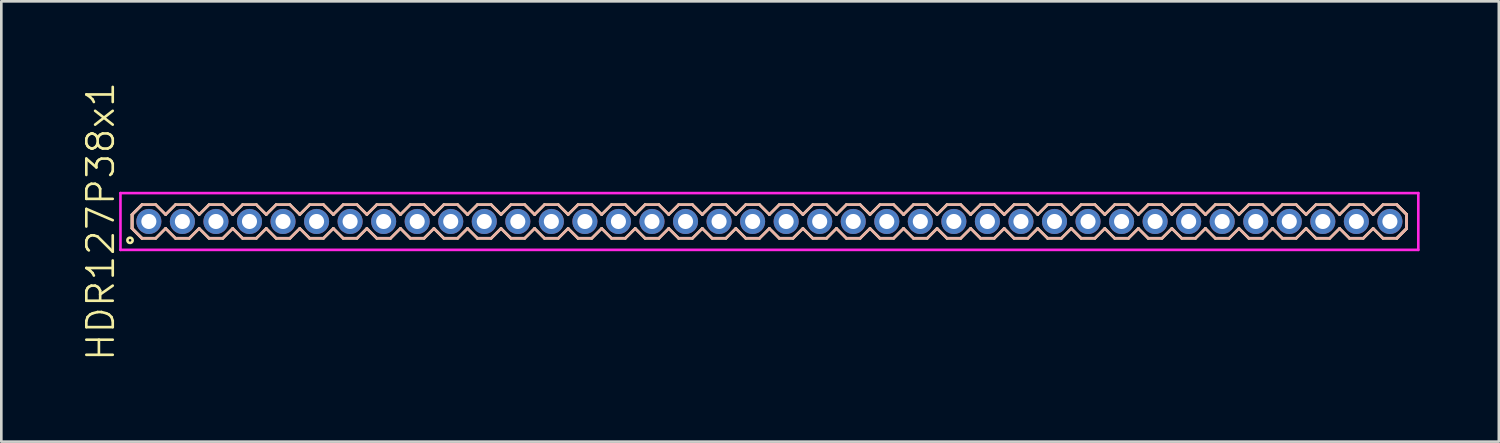
<source format=kicad_pcb>
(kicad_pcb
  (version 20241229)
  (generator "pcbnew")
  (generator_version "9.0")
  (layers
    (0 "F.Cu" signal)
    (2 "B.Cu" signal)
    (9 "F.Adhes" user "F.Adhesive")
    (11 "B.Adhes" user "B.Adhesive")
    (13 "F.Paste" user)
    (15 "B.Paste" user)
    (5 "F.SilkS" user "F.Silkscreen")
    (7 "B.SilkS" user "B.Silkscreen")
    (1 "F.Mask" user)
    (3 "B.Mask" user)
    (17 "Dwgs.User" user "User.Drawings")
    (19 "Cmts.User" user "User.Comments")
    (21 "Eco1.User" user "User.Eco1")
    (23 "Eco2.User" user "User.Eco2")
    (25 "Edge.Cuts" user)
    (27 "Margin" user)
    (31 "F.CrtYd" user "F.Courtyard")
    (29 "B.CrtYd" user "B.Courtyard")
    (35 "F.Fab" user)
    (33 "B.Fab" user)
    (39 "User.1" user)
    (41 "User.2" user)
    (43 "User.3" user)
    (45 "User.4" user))
  (footprint "HDR127P38x1"
    (layer "F.Cu")
    (at 26.081 5.336)
    (property "Reference" "HDR127P38x1" (at -25.32 0 90) (layer "F.SilkS") (effects (font (size 1 1) (thickness 0.1))))
    (attr through_hole)
    (fp_line (start -24.13 -0.263) (end -23.758 -0.635) (stroke (width 0.1) (type solid)) (layer "F.SilkS"))
    (fp_line (start -24.13 -0.263) (end -23.758 -0.635) (stroke (width 0.1) (type solid)) (layer "F.SilkS"))
    (fp_line (start -24.13 0.263) (end -24.13 -0.263) (stroke (width 0.1) (type solid)) (layer "F.SilkS"))
    (fp_line (start -24.13 0.263) (end -24.13 -0.263) (stroke (width 0.1) (type solid)) (layer "F.SilkS"))
    (fp_line (start -23.758 -0.635) (end -23.232 -0.635) (stroke (width 0.1) (type solid)) (layer "F.SilkS"))
    (fp_line (start -23.758 0.635) (end -24.13 0.263) (stroke (width 0.1) (type solid)) (layer "F.SilkS"))
    (fp_line (start -23.758 0.635) (end -24.13 0.263) (stroke (width 0.1) (type solid)) (layer "F.SilkS"))
    (fp_line (start -23.232 -0.635) (end -22.86 -0.263) (stroke (width 0.1) (type solid)) (layer "F.SilkS"))
    (fp_line (start -23.232 0.635) (end -23.758 0.635) (stroke (width 0.1) (type solid)) (layer "F.SilkS"))
    (fp_line (start -22.86 -0.263) (end -22.488 -0.635) (stroke (width 0.1) (type solid)) (layer "F.SilkS"))
    (fp_line (start -22.86 0.263) (end -23.232 0.635) (stroke (width 0.1) (type solid)) (layer "F.SilkS"))
    (fp_line (start -22.488 -0.635) (end -21.962 -0.635) (stroke (width 0.1) (type solid)) (layer "F.SilkS"))
    (fp_line (start -22.488 0.635) (end -22.86 0.263) (stroke (width 0.1) (type solid)) (layer "F.SilkS"))
    (fp_line (start -21.962 -0.635) (end -21.59 -0.263) (stroke (width 0.1) (type solid)) (layer "F.SilkS"))
    (fp_line (start -21.962 0.635) (end -22.488 0.635) (stroke (width 0.1) (type solid)) (layer "F.SilkS"))
    (fp_line (start -21.59 -0.263) (end -21.218 -0.635) (stroke (width 0.1) (type solid)) (layer "F.SilkS"))
    (fp_line (start -21.59 0.263) (end -21.962 0.635) (stroke (width 0.1) (type solid)) (layer "F.SilkS"))
    (fp_line (start -21.218 -0.635) (end -20.692 -0.635) (stroke (width 0.1) (type solid)) (layer "F.SilkS"))
    (fp_line (start -21.218 0.635) (end -21.59 0.263) (stroke (width 0.1) (type solid)) (layer "F.SilkS"))
    (fp_line (start -20.692 -0.635) (end -20.32 -0.263) (stroke (width 0.1) (type solid)) (layer "F.SilkS"))
    (fp_line (start -20.692 0.635) (end -21.218 0.635) (stroke (width 0.1) (type solid)) (layer "F.SilkS"))
    (fp_line (start -20.32 -0.263) (end -19.948 -0.635) (stroke (width 0.1) (type solid)) (layer "F.SilkS"))
    (fp_line (start -20.32 0.263) (end -20.692 0.635) (stroke (width 0.1) (type solid)) (layer "F.SilkS"))
    (fp_line (start -19.948 -0.635) (end -19.422 -0.635) (stroke (width 0.1) (type solid)) (layer "F.SilkS"))
    (fp_line (start -19.948 0.635) (end -20.32 0.263) (stroke (width 0.1) (type solid)) (layer "F.SilkS"))
    (fp_line (start -19.422 -0.635) (end -19.05 -0.263) (stroke (width 0.1) (type solid)) (layer "F.SilkS"))
    (fp_line (start -19.422 0.635) (end -19.948 0.635) (stroke (width 0.1) (type solid)) (layer "F.SilkS"))
    (fp_line (start -19.05 -0.263) (end -18.678 -0.635) (stroke (width 0.1) (type solid)) (layer "F.SilkS"))
    (fp_line (start -19.05 0.263) (end -19.422 0.635) (stroke (width 0.1) (type solid)) (layer "F.SilkS"))
    (fp_line (start -18.678 -0.635) (end -18.152 -0.635) (stroke (width 0.1) (type solid)) (layer "F.SilkS"))
    (fp_line (start -18.678 0.635) (end -19.05 0.263) (stroke (width 0.1) (type solid)) (layer "F.SilkS"))
    (fp_line (start -18.152 -0.635) (end -17.78 -0.263) (stroke (width 0.1) (type solid)) (layer "F.SilkS"))
    (fp_line (start -18.152 0.635) (end -18.678 0.635) (stroke (width 0.1) (type solid)) (layer "F.SilkS"))
    (fp_line (start -17.78 -0.263) (end -17.408 -0.635) (stroke (width 0.1) (type solid)) (layer "F.SilkS"))
    (fp_line (start -17.78 0.263) (end -18.152 0.635) (stroke (width 0.1) (type solid)) (layer "F.SilkS"))
    (fp_line (start -17.408 -0.635) (end -16.882 -0.635) (stroke (width 0.1) (type solid)) (layer "F.SilkS"))
    (fp_line (start -17.408 0.635) (end -17.78 0.263) (stroke (width 0.1) (type solid)) (layer "F.SilkS"))
    (fp_line (start -16.882 -0.635) (end -16.51 -0.263) (stroke (width 0.1) (type solid)) (layer "F.SilkS"))
    (fp_line (start -16.882 0.635) (end -17.408 0.635) (stroke (width 0.1) (type solid)) (layer "F.SilkS"))
    (fp_line (start -16.51 -0.263) (end -16.138 -0.635) (stroke (width 0.1) (type solid)) (layer "F.SilkS"))
    (fp_line (start -16.51 0.263) (end -16.882 0.635) (stroke (width 0.1) (type solid)) (layer "F.SilkS"))
    (fp_line (start -16.138 -0.635) (end -15.612 -0.635) (stroke (width 0.1) (type solid)) (layer "F.SilkS"))
    (fp_line (start -16.138 0.635) (end -16.51 0.263) (stroke (width 0.1) (type solid)) (layer "F.SilkS"))
    (fp_line (start -15.612 -0.635) (end -15.24 -0.263) (stroke (width 0.1) (type solid)) (layer "F.SilkS"))
    (fp_line (start -15.612 0.635) (end -16.138 0.635) (stroke (width 0.1) (type solid)) (layer "F.SilkS"))
    (fp_line (start -15.24 -0.263) (end -14.868 -0.635) (stroke (width 0.1) (type solid)) (layer "F.SilkS"))
    (fp_line (start -15.24 0.263) (end -15.612 0.635) (stroke (width 0.1) (type solid)) (layer "F.SilkS"))
    (fp_line (start -14.868 -0.635) (end -14.342 -0.635) (stroke (width 0.1) (type solid)) (layer "F.SilkS"))
    (fp_line (start -14.868 0.635) (end -15.24 0.263) (stroke (width 0.1) (type solid)) (layer "F.SilkS"))
    (fp_line (start -14.342 -0.635) (end -13.97 -0.263) (stroke (width 0.1) (type solid)) (layer "F.SilkS"))
    (fp_line (start -14.342 0.635) (end -14.868 0.635) (stroke (width 0.1) (type solid)) (layer "F.SilkS"))
    (fp_line (start -13.97 -0.263) (end -13.598 -0.635) (stroke (width 0.1) (type solid)) (layer "F.SilkS"))
    (fp_line (start -13.97 0.263) (end -14.342 0.635) (stroke (width 0.1) (type solid)) (layer "F.SilkS"))
    (fp_line (start -13.598 -0.635) (end -13.072 -0.635) (stroke (width 0.1) (type solid)) (layer "F.SilkS"))
    (fp_line (start -13.598 0.635) (end -13.97 0.263) (stroke (width 0.1) (type solid)) (layer "F.SilkS"))
    (fp_line (start -13.072 -0.635) (end -12.7 -0.263) (stroke (width 0.1) (type solid)) (layer "F.SilkS"))
    (fp_line (start -13.072 0.635) (end -13.598 0.635) (stroke (width 0.1) (type solid)) (layer "F.SilkS"))
    (fp_line (start -12.7 -0.263) (end -12.328 -0.635) (stroke (width 0.1) (type solid)) (layer "F.SilkS"))
    (fp_line (start -12.7 0.263) (end -13.072 0.635) (stroke (width 0.1) (type solid)) (layer "F.SilkS"))
    (fp_line (start -12.328 -0.635) (end -11.802 -0.635) (stroke (width 0.1) (type solid)) (layer "F.SilkS"))
    (fp_line (start -12.328 0.635) (end -12.7 0.263) (stroke (width 0.1) (type solid)) (layer "F.SilkS"))
    (fp_line (start -11.802 -0.635) (end -11.43 -0.263) (stroke (width 0.1) (type solid)) (layer "F.SilkS"))
    (fp_line (start -11.802 0.635) (end -12.328 0.635) (stroke (width 0.1) (type solid)) (layer "F.SilkS"))
    (fp_line (start -11.43 -0.263) (end -11.058 -0.635) (stroke (width 0.1) (type solid)) (layer "F.SilkS"))
    (fp_line (start -11.43 0.263) (end -11.802 0.635) (stroke (width 0.1) (type solid)) (layer "F.SilkS"))
    (fp_line (start -11.058 -0.635) (end -10.532 -0.635) (stroke (width 0.1) (type solid)) (layer "F.SilkS"))
    (fp_line (start -11.058 0.635) (end -11.43 0.263) (stroke (width 0.1) (type solid)) (layer "F.SilkS"))
    (fp_line (start -10.532 -0.635) (end -10.16 -0.263) (stroke (width 0.1) (type solid)) (layer "F.SilkS"))
    (fp_line (start -10.532 0.635) (end -11.058 0.635) (stroke (width 0.1) (type solid)) (layer "F.SilkS"))
    (fp_line (start -10.16 -0.263) (end -9.788 -0.635) (stroke (width 0.1) (type solid)) (layer "F.SilkS"))
    (fp_line (start -10.16 0.263) (end -10.532 0.635) (stroke (width 0.1) (type solid)) (layer "F.SilkS"))
    (fp_line (start -9.788 -0.635) (end -9.262 -0.635) (stroke (width 0.1) (type solid)) (layer "F.SilkS"))
    (fp_line (start -9.788 0.635) (end -10.16 0.263) (stroke (width 0.1) (type solid)) (layer "F.SilkS"))
    (fp_line (start -9.262 -0.635) (end -8.89 -0.263) (stroke (width 0.1) (type solid)) (layer "F.SilkS"))
    (fp_line (start -9.262 0.635) (end -9.788 0.635) (stroke (width 0.1) (type solid)) (layer "F.SilkS"))
    (fp_line (start -8.89 -0.263) (end -8.518 -0.635) (stroke (width 0.1) (type solid)) (layer "F.SilkS"))
    (fp_line (start -8.89 0.263) (end -9.262 0.635) (stroke (width 0.1) (type solid)) (layer "F.SilkS"))
    (fp_line (start -8.518 -0.635) (end -7.992 -0.635) (stroke (width 0.1) (type solid)) (layer "F.SilkS"))
    (fp_line (start -8.518 0.635) (end -8.89 0.263) (stroke (width 0.1) (type solid)) (layer "F.SilkS"))
    (fp_line (start -7.992 -0.635) (end -7.62 -0.263) (stroke (width 0.1) (type solid)) (layer "F.SilkS"))
    (fp_line (start -7.992 0.635) (end -8.518 0.635) (stroke (width 0.1) (type solid)) (layer "F.SilkS"))
    (fp_line (start -7.62 -0.263) (end -7.248 -0.635) (stroke (width 0.1) (type solid)) (layer "F.SilkS"))
    (fp_line (start -7.62 0.263) (end -7.992 0.635) (stroke (width 0.1) (type solid)) (layer "F.SilkS"))
    (fp_line (start -7.248 -0.635) (end -6.722 -0.635) (stroke (width 0.1) (type solid)) (layer "F.SilkS"))
    (fp_line (start -7.248 0.635) (end -7.62 0.263) (stroke (width 0.1) (type solid)) (layer "F.SilkS"))
    (fp_line (start -6.722 -0.635) (end -6.35 -0.263) (stroke (width 0.1) (type solid)) (layer "F.SilkS"))
    (fp_line (start -6.722 0.635) (end -7.248 0.635) (stroke (width 0.1) (type solid)) (layer "F.SilkS"))
    (fp_line (start -6.35 -0.263) (end -5.978 -0.635) (stroke (width 0.1) (type solid)) (layer "F.SilkS"))
    (fp_line (start -6.35 0.263) (end -6.722 0.635) (stroke (width 0.1) (type solid)) (layer "F.SilkS"))
    (fp_line (start -5.978 -0.635) (end -5.452 -0.635) (stroke (width 0.1) (type solid)) (layer "F.SilkS"))
    (fp_line (start -5.978 0.635) (end -6.35 0.263) (stroke (width 0.1) (type solid)) (layer "F.SilkS"))
    (fp_line (start -5.452 -0.635) (end -5.08 -0.263) (stroke (width 0.1) (type solid)) (layer "F.SilkS"))
    (fp_line (start -5.452 0.635) (end -5.978 0.635) (stroke (width 0.1) (type solid)) (layer "F.SilkS"))
    (fp_line (start -5.08 -0.263) (end -4.708 -0.635) (stroke (width 0.1) (type solid)) (layer "F.SilkS"))
    (fp_line (start -5.08 0.263) (end -5.452 0.635) (stroke (width 0.1) (type solid)) (layer "F.SilkS"))
    (fp_line (start -4.708 -0.635) (end -4.182 -0.635) (stroke (width 0.1) (type solid)) (layer "F.SilkS"))
    (fp_line (start -4.708 0.635) (end -5.08 0.263) (stroke (width 0.1) (type solid)) (layer "F.SilkS"))
    (fp_line (start -4.182 -0.635) (end -3.81 -0.263) (stroke (width 0.1) (type solid)) (layer "F.SilkS"))
    (fp_line (start -4.182 0.635) (end -4.708 0.635) (stroke (width 0.1) (type solid)) (layer "F.SilkS"))
    (fp_line (start -3.81 -0.263) (end -3.438 -0.635) (stroke (width 0.1) (type solid)) (layer "F.SilkS"))
    (fp_line (start -3.81 0.263) (end -4.182 0.635) (stroke (width 0.1) (type solid)) (layer "F.SilkS"))
    (fp_line (start -3.438 -0.635) (end -2.912 -0.635) (stroke (width 0.1) (type solid)) (layer "F.SilkS"))
    (fp_line (start -3.438 0.635) (end -3.81 0.263) (stroke (width 0.1) (type solid)) (layer "F.SilkS"))
    (fp_line (start -2.912 -0.635) (end -2.54 -0.263) (stroke (width 0.1) (type solid)) (layer "F.SilkS"))
    (fp_line (start -2.912 0.635) (end -3.438 0.635) (stroke (width 0.1) (type solid)) (layer "F.SilkS"))
    (fp_line (start -2.54 -0.263) (end -2.168 -0.635) (stroke (width 0.1) (type solid)) (layer "F.SilkS"))
    (fp_line (start -2.54 0.263) (end -2.912 0.635) (stroke (width 0.1) (type solid)) (layer "F.SilkS"))
    (fp_line (start -2.168 -0.635) (end -1.642 -0.635) (stroke (width 0.1) (type solid)) (layer "F.SilkS"))
    (fp_line (start -2.168 0.635) (end -2.54 0.263) (stroke (width 0.1) (type solid)) (layer "F.SilkS"))
    (fp_line (start -1.642 -0.635) (end -1.27 -0.263) (stroke (width 0.1) (type solid)) (layer "F.SilkS"))
    (fp_line (start -1.642 0.635) (end -2.168 0.635) (stroke (width 0.1) (type solid)) (layer "F.SilkS"))
    (fp_line (start -1.27 -0.263) (end -0.898 -0.635) (stroke (width 0.1) (type solid)) (layer "F.SilkS"))
    (fp_line (start -1.27 0.263) (end -1.642 0.635) (stroke (width 0.1) (type solid)) (layer "F.SilkS"))
    (fp_line (start -0.898 -0.635) (end -0.372 -0.635) (stroke (width 0.1) (type solid)) (layer "F.SilkS"))
    (fp_line (start -0.898 0.635) (end -1.27 0.263) (stroke (width 0.1) (type solid)) (layer "F.SilkS"))
    (fp_line (start -0.372 -0.635) (end 0 -0.263) (stroke (width 0.1) (type solid)) (layer "F.SilkS"))
    (fp_line (start -0.372 0.635) (end -0.898 0.635) (stroke (width 0.1) (type solid)) (layer "F.SilkS"))
    (fp_line (start 0 -0.263) (end 0.372 -0.635) (stroke (width 0.1) (type solid)) (layer "F.SilkS"))
    (fp_line (start 0 0.263) (end -0.372 0.635) (stroke (width 0.1) (type solid)) (layer "F.SilkS"))
    (fp_line (start 0.372 -0.635) (end 0.898 -0.635) (stroke (width 0.1) (type solid)) (layer "F.SilkS"))
    (fp_line (start 0.372 0.635) (end 0 0.263) (stroke (width 0.1) (type solid)) (layer "F.SilkS"))
    (fp_line (start 0.898 -0.635) (end 1.27 -0.263) (stroke (width 0.1) (type solid)) (layer "F.SilkS"))
    (fp_line (start 0.898 0.635) (end 0.372 0.635) (stroke (width 0.1) (type solid)) (layer "F.SilkS"))
    (fp_line (start 1.27 -0.263) (end 1.642 -0.635) (stroke (width 0.1) (type solid)) (layer "F.SilkS"))
    (fp_line (start 1.27 0.263) (end 0.898 0.635) (stroke (width 0.1) (type solid)) (layer "F.SilkS"))
    (fp_line (start 1.642 -0.635) (end 2.168 -0.635) (stroke (width 0.1) (type solid)) (layer "F.SilkS"))
    (fp_line (start 1.642 0.635) (end 1.27 0.263) (stroke (width 0.1) (type solid)) (layer "F.SilkS"))
    (fp_line (start 2.168 -0.635) (end 2.54 -0.263) (stroke (width 0.1) (type solid)) (layer "F.SilkS"))
    (fp_line (start 2.168 0.635) (end 1.642 0.635) (stroke (width 0.1) (type solid)) (layer "F.SilkS"))
    (fp_line (start 2.54 -0.263) (end 2.912 -0.635) (stroke (width 0.1) (type solid)) (layer "F.SilkS"))
    (fp_line (start 2.54 0.263) (end 2.168 0.635) (stroke (width 0.1) (type solid)) (layer "F.SilkS"))
    (fp_line (start 2.912 -0.635) (end 3.438 -0.635) (stroke (width 0.1) (type solid)) (layer "F.SilkS"))
    (fp_line (start 2.912 0.635) (end 2.54 0.263) (stroke (width 0.1) (type solid)) (layer "F.SilkS"))
    (fp_line (start 3.438 -0.635) (end 3.81 -0.263) (stroke (width 0.1) (type solid)) (layer "F.SilkS"))
    (fp_line (start 3.438 0.635) (end 2.912 0.635) (stroke (width 0.1) (type solid)) (layer "F.SilkS"))
    (fp_line (start 3.81 -0.263) (end 4.182 -0.635) (stroke (width 0.1) (type solid)) (layer "F.SilkS"))
    (fp_line (start 3.81 0.263) (end 3.438 0.635) (stroke (width 0.1) (type solid)) (layer "F.SilkS"))
    (fp_line (start 4.182 -0.635) (end 4.708 -0.635) (stroke (width 0.1) (type solid)) (layer "F.SilkS"))
    (fp_line (start 4.182 0.635) (end 3.81 0.263) (stroke (width 0.1) (type solid)) (layer "F.SilkS"))
    (fp_line (start 4.708 -0.635) (end 5.08 -0.263) (stroke (width 0.1) (type solid)) (layer "F.SilkS"))
    (fp_line (start 4.708 0.635) (end 4.182 0.635) (stroke (width 0.1) (type solid)) (layer "F.SilkS"))
    (fp_line (start 5.08 -0.263) (end 5.452 -0.635) (stroke (width 0.1) (type solid)) (layer "F.SilkS"))
    (fp_line (start 5.08 0.263) (end 4.708 0.635) (stroke (width 0.1) (type solid)) (layer "F.SilkS"))
    (fp_line (start 5.452 -0.635) (end 5.978 -0.635) (stroke (width 0.1) (type solid)) (layer "F.SilkS"))
    (fp_line (start 5.452 0.635) (end 5.08 0.263) (stroke (width 0.1) (type solid)) (layer "F.SilkS"))
    (fp_line (start 5.978 -0.635) (end 6.35 -0.263) (stroke (width 0.1) (type solid)) (layer "F.SilkS"))
    (fp_line (start 5.978 0.635) (end 5.452 0.635) (stroke (width 0.1) (type solid)) (layer "F.SilkS"))
    (fp_line (start 6.35 -0.263) (end 6.722 -0.635) (stroke (width 0.1) (type solid)) (layer "F.SilkS"))
    (fp_line (start 6.35 0.263) (end 5.978 0.635) (stroke (width 0.1) (type solid)) (layer "F.SilkS"))
    (fp_line (start 6.722 -0.635) (end 7.248 -0.635) (stroke (width 0.1) (type solid)) (layer "F.SilkS"))
    (fp_line (start 6.722 0.635) (end 6.35 0.263) (stroke (width 0.1) (type solid)) (layer "F.SilkS"))
    (fp_line (start 7.248 -0.635) (end 7.62 -0.263) (stroke (width 0.1) (type solid)) (layer "F.SilkS"))
    (fp_line (start 7.248 0.635) (end 6.722 0.635) (stroke (width 0.1) (type solid)) (layer "F.SilkS"))
    (fp_line (start 7.62 -0.263) (end 7.992 -0.635) (stroke (width 0.1) (type solid)) (layer "F.SilkS"))
    (fp_line (start 7.62 0.263) (end 7.248 0.635) (stroke (width 0.1) (type solid)) (layer "F.SilkS"))
    (fp_line (start 7.992 -0.635) (end 8.518 -0.635) (stroke (width 0.1) (type solid)) (layer "F.SilkS"))
    (fp_line (start 7.992 0.635) (end 7.62 0.263) (stroke (width 0.1) (type solid)) (layer "F.SilkS"))
    (fp_line (start 8.518 -0.635) (end 8.89 -0.263) (stroke (width 0.1) (type solid)) (layer "F.SilkS"))
    (fp_line (start 8.518 0.635) (end 7.992 0.635) (stroke (width 0.1) (type solid)) (layer "F.SilkS"))
    (fp_line (start 8.89 -0.263) (end 9.262 -0.635) (stroke (width 0.1) (type solid)) (layer "F.SilkS"))
    (fp_line (start 8.89 0.263) (end 8.518 0.635) (stroke (width 0.1) (type solid)) (layer "F.SilkS"))
    (fp_line (start 9.262 -0.635) (end 9.788 -0.635) (stroke (width 0.1) (type solid)) (layer "F.SilkS"))
    (fp_line (start 9.262 0.635) (end 8.89 0.263) (stroke (width 0.1) (type solid)) (layer "F.SilkS"))
    (fp_line (start 9.788 -0.635) (end 10.16 -0.263) (stroke (width 0.1) (type solid)) (layer "F.SilkS"))
    (fp_line (start 9.788 0.635) (end 9.262 0.635) (stroke (width 0.1) (type solid)) (layer "F.SilkS"))
    (fp_line (start 10.16 -0.263) (end 10.532 -0.635) (stroke (width 0.1) (type solid)) (layer "F.SilkS"))
    (fp_line (start 10.16 0.263) (end 9.788 0.635) (stroke (width 0.1) (type solid)) (layer "F.SilkS"))
    (fp_line (start 10.532 -0.635) (end 11.058 -0.635) (stroke (width 0.1) (type solid)) (layer "F.SilkS"))
    (fp_line (start 10.532 0.635) (end 10.16 0.263) (stroke (width 0.1) (type solid)) (layer "F.SilkS"))
    (fp_line (start 11.058 -0.635) (end 11.43 -0.263) (stroke (width 0.1) (type solid)) (layer "F.SilkS"))
    (fp_line (start 11.058 0.635) (end 10.532 0.635) (stroke (width 0.1) (type solid)) (layer "F.SilkS"))
    (fp_line (start 11.43 -0.263) (end 11.802 -0.635) (stroke (width 0.1) (type solid)) (layer "F.SilkS"))
    (fp_line (start 11.43 0.263) (end 11.058 0.635) (stroke (width 0.1) (type solid)) (layer "F.SilkS"))
    (fp_line (start 11.802 -0.635) (end 12.328 -0.635) (stroke (width 0.1) (type solid)) (layer "F.SilkS"))
    (fp_line (start 11.802 0.635) (end 11.43 0.263) (stroke (width 0.1) (type solid)) (layer "F.SilkS"))
    (fp_line (start 12.328 -0.635) (end 12.7 -0.263) (stroke (width 0.1) (type solid)) (layer "F.SilkS"))
    (fp_line (start 12.328 0.635) (end 11.802 0.635) (stroke (width 0.1) (type solid)) (layer "F.SilkS"))
    (fp_line (start 12.7 -0.263) (end 13.072 -0.635) (stroke (width 0.1) (type solid)) (layer "F.SilkS"))
    (fp_line (start 12.7 0.263) (end 12.328 0.635) (stroke (width 0.1) (type solid)) (layer "F.SilkS"))
    (fp_line (start 13.072 -0.635) (end 13.598 -0.635) (stroke (width 0.1) (type solid)) (layer "F.SilkS"))
    (fp_line (start 13.072 0.635) (end 12.7 0.263) (stroke (width 0.1) (type solid)) (layer "F.SilkS"))
    (fp_line (start 13.598 -0.635) (end 13.97 -0.263) (stroke (width 0.1) (type solid)) (layer "F.SilkS"))
    (fp_line (start 13.598 0.635) (end 13.072 0.635) (stroke (width 0.1) (type solid)) (layer "F.SilkS"))
    (fp_line (start 13.97 -0.263) (end 14.342 -0.635) (stroke (width 0.1) (type solid)) (layer "F.SilkS"))
    (fp_line (start 13.97 0.263) (end 13.598 0.635) (stroke (width 0.1) (type solid)) (layer "F.SilkS"))
    (fp_line (start 14.342 -0.635) (end 14.868 -0.635) (stroke (width 0.1) (type solid)) (layer "F.SilkS"))
    (fp_line (start 14.342 0.635) (end 13.97 0.263) (stroke (width 0.1) (type solid)) (layer "F.SilkS"))
    (fp_line (start 14.868 -0.635) (end 15.24 -0.263) (stroke (width 0.1) (type solid)) (layer "F.SilkS"))
    (fp_line (start 14.868 0.635) (end 14.342 0.635) (stroke (width 0.1) (type solid)) (layer "F.SilkS"))
    (fp_line (start 15.24 -0.263) (end 15.612 -0.635) (stroke (width 0.1) (type solid)) (layer "F.SilkS"))
    (fp_line (start 15.24 0.263) (end 14.868 0.635) (stroke (width 0.1) (type solid)) (layer "F.SilkS"))
    (fp_line (start 15.612 -0.635) (end 16.138 -0.635) (stroke (width 0.1) (type solid)) (layer "F.SilkS"))
    (fp_line (start 15.612 0.635) (end 15.24 0.263) (stroke (width 0.1) (type solid)) (layer "F.SilkS"))
    (fp_line (start 16.138 -0.635) (end 16.51 -0.263) (stroke (width 0.1) (type solid)) (layer "F.SilkS"))
    (fp_line (start 16.138 0.635) (end 15.612 0.635) (stroke (width 0.1) (type solid)) (layer "F.SilkS"))
    (fp_line (start 16.51 -0.263) (end 16.882 -0.635) (stroke (width 0.1) (type solid)) (layer "F.SilkS"))
    (fp_line (start 16.51 0.263) (end 16.138 0.635) (stroke (width 0.1) (type solid)) (layer "F.SilkS"))
    (fp_line (start 16.882 -0.635) (end 17.408 -0.635) (stroke (width 0.1) (type solid)) (layer "F.SilkS"))
    (fp_line (start 16.882 0.635) (end 16.51 0.263) (stroke (width 0.1) (type solid)) (layer "F.SilkS"))
    (fp_line (start 17.408 -0.635) (end 17.78 -0.263) (stroke (width 0.1) (type solid)) (layer "F.SilkS"))
    (fp_line (start 17.408 0.635) (end 16.882 0.635) (stroke (width 0.1) (type solid)) (layer "F.SilkS"))
    (fp_line (start 17.78 -0.263) (end 18.152 -0.635) (stroke (width 0.1) (type solid)) (layer "F.SilkS"))
    (fp_line (start 17.78 0.263) (end 17.408 0.635) (stroke (width 0.1) (type solid)) (layer "F.SilkS"))
    (fp_line (start 18.152 -0.635) (end 18.678 -0.635) (stroke (width 0.1) (type solid)) (layer "F.SilkS"))
    (fp_line (start 18.152 0.635) (end 17.78 0.263) (stroke (width 0.1) (type solid)) (layer "F.SilkS"))
    (fp_line (start 18.678 -0.635) (end 19.05 -0.263) (stroke (width 0.1) (type solid)) (layer "F.SilkS"))
    (fp_line (start 18.678 0.635) (end 18.152 0.635) (stroke (width 0.1) (type solid)) (layer "F.SilkS"))
    (fp_line (start 19.05 -0.263) (end 19.422 -0.635) (stroke (width 0.1) (type solid)) (layer "F.SilkS"))
    (fp_line (start 19.05 0.263) (end 18.678 0.635) (stroke (width 0.1) (type solid)) (layer "F.SilkS"))
    (fp_line (start 19.422 -0.635) (end 19.948 -0.635) (stroke (width 0.1) (type solid)) (layer "F.SilkS"))
    (fp_line (start 19.422 0.635) (end 19.05 0.263) (stroke (width 0.1) (type solid)) (layer "F.SilkS"))
    (fp_line (start 19.948 -0.635) (end 20.32 -0.263) (stroke (width 0.1) (type solid)) (layer "F.SilkS"))
    (fp_line (start 19.948 0.635) (end 19.422 0.635) (stroke (width 0.1) (type solid)) (layer "F.SilkS"))
    (fp_line (start 20.32 -0.263) (end 20.692 -0.635) (stroke (width 0.1) (type solid)) (layer "F.SilkS"))
    (fp_line (start 20.32 0.263) (end 19.948 0.635) (stroke (width 0.1) (type solid)) (layer "F.SilkS"))
    (fp_line (start 20.692 -0.635) (end 21.218 -0.635) (stroke (width 0.1) (type solid)) (layer "F.SilkS"))
    (fp_line (start 20.692 0.635) (end 20.32 0.263) (stroke (width 0.1) (type solid)) (layer "F.SilkS"))
    (fp_line (start 21.218 -0.635) (end 21.59 -0.263) (stroke (width 0.1) (type solid)) (layer "F.SilkS"))
    (fp_line (start 21.218 0.635) (end 20.692 0.635) (stroke (width 0.1) (type solid)) (layer "F.SilkS"))
    (fp_line (start 21.59 -0.263) (end 21.962 -0.635) (stroke (width 0.1) (type solid)) (layer "F.SilkS"))
    (fp_line (start 21.59 0.263) (end 21.218 0.635) (stroke (width 0.1) (type solid)) (layer "F.SilkS"))
    (fp_line (start 21.962 -0.635) (end 22.488 -0.635) (stroke (width 0.1) (type solid)) (layer "F.SilkS"))
    (fp_line (start 21.962 0.635) (end 21.59 0.263) (stroke (width 0.1) (type solid)) (layer "F.SilkS"))
    (fp_line (start 22.488 -0.635) (end 22.86 -0.263) (stroke (width 0.1) (type solid)) (layer "F.SilkS"))
    (fp_line (start 22.488 0.635) (end 21.962 0.635) (stroke (width 0.1) (type solid)) (layer "F.SilkS"))
    (fp_line (start 22.86 -0.263) (end 23.232 -0.635) (stroke (width 0.1) (type solid)) (layer "F.SilkS"))
    (fp_line (start 22.86 0.263) (end 22.488 0.635) (stroke (width 0.1) (type solid)) (layer "F.SilkS"))
    (fp_line (start 23.232 -0.635) (end 23.758 -0.635) (stroke (width 0.1) (type solid)) (layer "F.SilkS"))
    (fp_line (start 23.232 0.635) (end 22.86 0.263) (stroke (width 0.1) (type solid)) (layer "F.SilkS"))
    (fp_line (start 23.758 -0.635) (end 24.13 -0.263) (stroke (width 0.1) (type solid)) (layer "F.SilkS"))
    (fp_line (start 23.758 -0.635) (end 24.13 -0.263) (stroke (width 0.1) (type solid)) (layer "F.SilkS"))
    (fp_line (start 23.758 0.635) (end 23.232 0.635) (stroke (width 0.1) (type solid)) (layer "F.SilkS"))
    (fp_line (start 24.13 -0.263) (end 24.13 0.263) (stroke (width 0.1) (type solid)) (layer "F.SilkS"))
    (fp_line (start 24.13 -0.263) (end 24.13 0.263) (stroke (width 0.1) (type solid)) (layer "F.SilkS"))
    (fp_line (start 24.13 0.263) (end 23.758 0.635) (stroke (width 0.1) (type solid)) (layer "F.SilkS"))
    (fp_line (start 24.13 0.263) (end 23.758 0.635) (stroke (width 0.1) (type solid)) (layer "F.SilkS"))
    (fp_circle (center -24.208 0.712) (end -24.108 0.712) (stroke (width 0.1) (type solid)) (fill no) (layer "F.SilkS"))
    (fp_line (start -24.13 -0.263) (end -23.758 -0.635) (stroke (width 0.1) (type solid)) (layer "B.SilkS"))
    (fp_line (start -24.13 -0.263) (end -23.758 -0.635) (stroke (width 0.1) (type solid)) (layer "B.SilkS"))
    (fp_line (start -24.13 0.263) (end -24.13 -0.263) (stroke (width 0.1) (type solid)) (layer "B.SilkS"))
    (fp_line (start -24.13 0.263) (end -24.13 -0.263) (stroke (width 0.1) (type solid)) (layer "B.SilkS"))
    (fp_line (start -23.758 -0.635) (end -23.232 -0.635) (stroke (width 0.1) (type solid)) (layer "B.SilkS"))
    (fp_line (start -23.758 0.635) (end -24.13 0.263) (stroke (width 0.1) (type solid)) (layer "B.SilkS"))
    (fp_line (start -23.758 0.635) (end -24.13 0.263) (stroke (width 0.1) (type solid)) (layer "B.SilkS"))
    (fp_line (start -23.232 -0.635) (end -22.86 -0.263) (stroke (width 0.1) (type solid)) (layer "B.SilkS"))
    (fp_line (start -23.232 0.635) (end -23.758 0.635) (stroke (width 0.1) (type solid)) (layer "B.SilkS"))
    (fp_line (start -22.86 -0.263) (end -22.488 -0.635) (stroke (width 0.1) (type solid)) (layer "B.SilkS"))
    (fp_line (start -22.86 0.263) (end -23.232 0.635) (stroke (width 0.1) (type solid)) (layer "B.SilkS"))
    (fp_line (start -22.488 -0.635) (end -21.962 -0.635) (stroke (width 0.1) (type solid)) (layer "B.SilkS"))
    (fp_line (start -22.488 0.635) (end -22.86 0.263) (stroke (width 0.1) (type solid)) (layer "B.SilkS"))
    (fp_line (start -21.962 -0.635) (end -21.59 -0.263) (stroke (width 0.1) (type solid)) (layer "B.SilkS"))
    (fp_line (start -21.962 0.635) (end -22.488 0.635) (stroke (width 0.1) (type solid)) (layer "B.SilkS"))
    (fp_line (start -21.59 -0.263) (end -21.218 -0.635) (stroke (width 0.1) (type solid)) (layer "B.SilkS"))
    (fp_line (start -21.59 0.263) (end -21.962 0.635) (stroke (width 0.1) (type solid)) (layer "B.SilkS"))
    (fp_line (start -21.218 -0.635) (end -20.692 -0.635) (stroke (width 0.1) (type solid)) (layer "B.SilkS"))
    (fp_line (start -21.218 0.635) (end -21.59 0.263) (stroke (width 0.1) (type solid)) (layer "B.SilkS"))
    (fp_line (start -20.692 -0.635) (end -20.32 -0.263) (stroke (width 0.1) (type solid)) (layer "B.SilkS"))
    (fp_line (start -20.692 0.635) (end -21.218 0.635) (stroke (width 0.1) (type solid)) (layer "B.SilkS"))
    (fp_line (start -20.32 -0.263) (end -19.948 -0.635) (stroke (width 0.1) (type solid)) (layer "B.SilkS"))
    (fp_line (start -20.32 0.263) (end -20.692 0.635) (stroke (width 0.1) (type solid)) (layer "B.SilkS"))
    (fp_line (start -19.948 -0.635) (end -19.422 -0.635) (stroke (width 0.1) (type solid)) (layer "B.SilkS"))
    (fp_line (start -19.948 0.635) (end -20.32 0.263) (stroke (width 0.1) (type solid)) (layer "B.SilkS"))
    (fp_line (start -19.422 -0.635) (end -19.05 -0.263) (stroke (width 0.1) (type solid)) (layer "B.SilkS"))
    (fp_line (start -19.422 0.635) (end -19.948 0.635) (stroke (width 0.1) (type solid)) (layer "B.SilkS"))
    (fp_line (start -19.05 -0.263) (end -18.678 -0.635) (stroke (width 0.1) (type solid)) (layer "B.SilkS"))
    (fp_line (start -19.05 0.263) (end -19.422 0.635) (stroke (width 0.1) (type solid)) (layer "B.SilkS"))
    (fp_line (start -18.678 -0.635) (end -18.152 -0.635) (stroke (width 0.1) (type solid)) (layer "B.SilkS"))
    (fp_line (start -18.678 0.635) (end -19.05 0.263) (stroke (width 0.1) (type solid)) (layer "B.SilkS"))
    (fp_line (start -18.152 -0.635) (end -17.78 -0.263) (stroke (width 0.1) (type solid)) (layer "B.SilkS"))
    (fp_line (start -18.152 0.635) (end -18.678 0.635) (stroke (width 0.1) (type solid)) (layer "B.SilkS"))
    (fp_line (start -17.78 -0.263) (end -17.408 -0.635) (stroke (width 0.1) (type solid)) (layer "B.SilkS"))
    (fp_line (start -17.78 0.263) (end -18.152 0.635) (stroke (width 0.1) (type solid)) (layer "B.SilkS"))
    (fp_line (start -17.408 -0.635) (end -16.882 -0.635) (stroke (width 0.1) (type solid)) (layer "B.SilkS"))
    (fp_line (start -17.408 0.635) (end -17.78 0.263) (stroke (width 0.1) (type solid)) (layer "B.SilkS"))
    (fp_line (start -16.882 -0.635) (end -16.51 -0.263) (stroke (width 0.1) (type solid)) (layer "B.SilkS"))
    (fp_line (start -16.882 0.635) (end -17.408 0.635) (stroke (width 0.1) (type solid)) (layer "B.SilkS"))
    (fp_line (start -16.51 -0.263) (end -16.138 -0.635) (stroke (width 0.1) (type solid)) (layer "B.SilkS"))
    (fp_line (start -16.51 0.263) (end -16.882 0.635) (stroke (width 0.1) (type solid)) (layer "B.SilkS"))
    (fp_line (start -16.138 -0.635) (end -15.612 -0.635) (stroke (width 0.1) (type solid)) (layer "B.SilkS"))
    (fp_line (start -16.138 0.635) (end -16.51 0.263) (stroke (width 0.1) (type solid)) (layer "B.SilkS"))
    (fp_line (start -15.612 -0.635) (end -15.24 -0.263) (stroke (width 0.1) (type solid)) (layer "B.SilkS"))
    (fp_line (start -15.612 0.635) (end -16.138 0.635) (stroke (width 0.1) (type solid)) (layer "B.SilkS"))
    (fp_line (start -15.24 -0.263) (end -14.868 -0.635) (stroke (width 0.1) (type solid)) (layer "B.SilkS"))
    (fp_line (start -15.24 0.263) (end -15.612 0.635) (stroke (width 0.1) (type solid)) (layer "B.SilkS"))
    (fp_line (start -14.868 -0.635) (end -14.342 -0.635) (stroke (width 0.1) (type solid)) (layer "B.SilkS"))
    (fp_line (start -14.868 0.635) (end -15.24 0.263) (stroke (width 0.1) (type solid)) (layer "B.SilkS"))
    (fp_line (start -14.342 -0.635) (end -13.97 -0.263) (stroke (width 0.1) (type solid)) (layer "B.SilkS"))
    (fp_line (start -14.342 0.635) (end -14.868 0.635) (stroke (width 0.1) (type solid)) (layer "B.SilkS"))
    (fp_line (start -13.97 -0.263) (end -13.598 -0.635) (stroke (width 0.1) (type solid)) (layer "B.SilkS"))
    (fp_line (start -13.97 0.263) (end -14.342 0.635) (stroke (width 0.1) (type solid)) (layer "B.SilkS"))
    (fp_line (start -13.598 -0.635) (end -13.072 -0.635) (stroke (width 0.1) (type solid)) (layer "B.SilkS"))
    (fp_line (start -13.598 0.635) (end -13.97 0.263) (stroke (width 0.1) (type solid)) (layer "B.SilkS"))
    (fp_line (start -13.072 -0.635) (end -12.7 -0.263) (stroke (width 0.1) (type solid)) (layer "B.SilkS"))
    (fp_line (start -13.072 0.635) (end -13.598 0.635) (stroke (width 0.1) (type solid)) (layer "B.SilkS"))
    (fp_line (start -12.7 -0.263) (end -12.328 -0.635) (stroke (width 0.1) (type solid)) (layer "B.SilkS"))
    (fp_line (start -12.7 0.263) (end -13.072 0.635) (stroke (width 0.1) (type solid)) (layer "B.SilkS"))
    (fp_line (start -12.328 -0.635) (end -11.802 -0.635) (stroke (width 0.1) (type solid)) (layer "B.SilkS"))
    (fp_line (start -12.328 0.635) (end -12.7 0.263) (stroke (width 0.1) (type solid)) (layer "B.SilkS"))
    (fp_line (start -11.802 -0.635) (end -11.43 -0.263) (stroke (width 0.1) (type solid)) (layer "B.SilkS"))
    (fp_line (start -11.802 0.635) (end -12.328 0.635) (stroke (width 0.1) (type solid)) (layer "B.SilkS"))
    (fp_line (start -11.43 -0.263) (end -11.058 -0.635) (stroke (width 0.1) (type solid)) (layer "B.SilkS"))
    (fp_line (start -11.43 0.263) (end -11.802 0.635) (stroke (width 0.1) (type solid)) (layer "B.SilkS"))
    (fp_line (start -11.058 -0.635) (end -10.532 -0.635) (stroke (width 0.1) (type solid)) (layer "B.SilkS"))
    (fp_line (start -11.058 0.635) (end -11.43 0.263) (stroke (width 0.1) (type solid)) (layer "B.SilkS"))
    (fp_line (start -10.532 -0.635) (end -10.16 -0.263) (stroke (width 0.1) (type solid)) (layer "B.SilkS"))
    (fp_line (start -10.532 0.635) (end -11.058 0.635) (stroke (width 0.1) (type solid)) (layer "B.SilkS"))
    (fp_line (start -10.16 -0.263) (end -9.788 -0.635) (stroke (width 0.1) (type solid)) (layer "B.SilkS"))
    (fp_line (start -10.16 0.263) (end -10.532 0.635) (stroke (width 0.1) (type solid)) (layer "B.SilkS"))
    (fp_line (start -9.788 -0.635) (end -9.262 -0.635) (stroke (width 0.1) (type solid)) (layer "B.SilkS"))
    (fp_line (start -9.788 0.635) (end -10.16 0.263) (stroke (width 0.1) (type solid)) (layer "B.SilkS"))
    (fp_line (start -9.262 -0.635) (end -8.89 -0.263) (stroke (width 0.1) (type solid)) (layer "B.SilkS"))
    (fp_line (start -9.262 0.635) (end -9.788 0.635) (stroke (width 0.1) (type solid)) (layer "B.SilkS"))
    (fp_line (start -8.89 -0.263) (end -8.518 -0.635) (stroke (width 0.1) (type solid)) (layer "B.SilkS"))
    (fp_line (start -8.89 0.263) (end -9.262 0.635) (stroke (width 0.1) (type solid)) (layer "B.SilkS"))
    (fp_line (start -8.518 -0.635) (end -7.992 -0.635) (stroke (width 0.1) (type solid)) (layer "B.SilkS"))
    (fp_line (start -8.518 0.635) (end -8.89 0.263) (stroke (width 0.1) (type solid)) (layer "B.SilkS"))
    (fp_line (start -7.992 -0.635) (end -7.62 -0.263) (stroke (width 0.1) (type solid)) (layer "B.SilkS"))
    (fp_line (start -7.992 0.635) (end -8.518 0.635) (stroke (width 0.1) (type solid)) (layer "B.SilkS"))
    (fp_line (start -7.62 -0.263) (end -7.248 -0.635) (stroke (width 0.1) (type solid)) (layer "B.SilkS"))
    (fp_line (start -7.62 0.263) (end -7.992 0.635) (stroke (width 0.1) (type solid)) (layer "B.SilkS"))
    (fp_line (start -7.248 -0.635) (end -6.722 -0.635) (stroke (width 0.1) (type solid)) (layer "B.SilkS"))
    (fp_line (start -7.248 0.635) (end -7.62 0.263) (stroke (width 0.1) (type solid)) (layer "B.SilkS"))
    (fp_line (start -6.722 -0.635) (end -6.35 -0.263) (stroke (width 0.1) (type solid)) (layer "B.SilkS"))
    (fp_line (start -6.722 0.635) (end -7.248 0.635) (stroke (width 0.1) (type solid)) (layer "B.SilkS"))
    (fp_line (start -6.35 -0.263) (end -5.978 -0.635) (stroke (width 0.1) (type solid)) (layer "B.SilkS"))
    (fp_line (start -6.35 0.263) (end -6.722 0.635) (stroke (width 0.1) (type solid)) (layer "B.SilkS"))
    (fp_line (start -5.978 -0.635) (end -5.452 -0.635) (stroke (width 0.1) (type solid)) (layer "B.SilkS"))
    (fp_line (start -5.978 0.635) (end -6.35 0.263) (stroke (width 0.1) (type solid)) (layer "B.SilkS"))
    (fp_line (start -5.452 -0.635) (end -5.08 -0.263) (stroke (width 0.1) (type solid)) (layer "B.SilkS"))
    (fp_line (start -5.452 0.635) (end -5.978 0.635) (stroke (width 0.1) (type solid)) (layer "B.SilkS"))
    (fp_line (start -5.08 -0.263) (end -4.708 -0.635) (stroke (width 0.1) (type solid)) (layer "B.SilkS"))
    (fp_line (start -5.08 0.263) (end -5.452 0.635) (stroke (width 0.1) (type solid)) (layer "B.SilkS"))
    (fp_line (start -4.708 -0.635) (end -4.182 -0.635) (stroke (width 0.1) (type solid)) (layer "B.SilkS"))
    (fp_line (start -4.708 0.635) (end -5.08 0.263) (stroke (width 0.1) (type solid)) (layer "B.SilkS"))
    (fp_line (start -4.182 -0.635) (end -3.81 -0.263) (stroke (width 0.1) (type solid)) (layer "B.SilkS"))
    (fp_line (start -4.182 0.635) (end -4.708 0.635) (stroke (width 0.1) (type solid)) (layer "B.SilkS"))
    (fp_line (start -3.81 -0.263) (end -3.438 -0.635) (stroke (width 0.1) (type solid)) (layer "B.SilkS"))
    (fp_line (start -3.81 0.263) (end -4.182 0.635) (stroke (width 0.1) (type solid)) (layer "B.SilkS"))
    (fp_line (start -3.438 -0.635) (end -2.912 -0.635) (stroke (width 0.1) (type solid)) (layer "B.SilkS"))
    (fp_line (start -3.438 0.635) (end -3.81 0.263) (stroke (width 0.1) (type solid)) (layer "B.SilkS"))
    (fp_line (start -2.912 -0.635) (end -2.54 -0.263) (stroke (width 0.1) (type solid)) (layer "B.SilkS"))
    (fp_line (start -2.912 0.635) (end -3.438 0.635) (stroke (width 0.1) (type solid)) (layer "B.SilkS"))
    (fp_line (start -2.54 -0.263) (end -2.168 -0.635) (stroke (width 0.1) (type solid)) (layer "B.SilkS"))
    (fp_line (start -2.54 0.263) (end -2.912 0.635) (stroke (width 0.1) (type solid)) (layer "B.SilkS"))
    (fp_line (start -2.168 -0.635) (end -1.642 -0.635) (stroke (width 0.1) (type solid)) (layer "B.SilkS"))
    (fp_line (start -2.168 0.635) (end -2.54 0.263) (stroke (width 0.1) (type solid)) (layer "B.SilkS"))
    (fp_line (start -1.642 -0.635) (end -1.27 -0.263) (stroke (width 0.1) (type solid)) (layer "B.SilkS"))
    (fp_line (start -1.642 0.635) (end -2.168 0.635) (stroke (width 0.1) (type solid)) (layer "B.SilkS"))
    (fp_line (start -1.27 -0.263) (end -0.898 -0.635) (stroke (width 0.1) (type solid)) (layer "B.SilkS"))
    (fp_line (start -1.27 0.263) (end -1.642 0.635) (stroke (width 0.1) (type solid)) (layer "B.SilkS"))
    (fp_line (start -0.898 -0.635) (end -0.372 -0.635) (stroke (width 0.1) (type solid)) (layer "B.SilkS"))
    (fp_line (start -0.898 0.635) (end -1.27 0.263) (stroke (width 0.1) (type solid)) (layer "B.SilkS"))
    (fp_line (start -0.372 -0.635) (end 0 -0.263) (stroke (width 0.1) (type solid)) (layer "B.SilkS"))
    (fp_line (start -0.372 0.635) (end -0.898 0.635) (stroke (width 0.1) (type solid)) (layer "B.SilkS"))
    (fp_line (start 0 -0.263) (end 0.372 -0.635) (stroke (width 0.1) (type solid)) (layer "B.SilkS"))
    (fp_line (start 0 0.263) (end -0.372 0.635) (stroke (width 0.1) (type solid)) (layer "B.SilkS"))
    (fp_line (start 0.372 -0.635) (end 0.898 -0.635) (stroke (width 0.1) (type solid)) (layer "B.SilkS"))
    (fp_line (start 0.372 0.635) (end 0 0.263) (stroke (width 0.1) (type solid)) (layer "B.SilkS"))
    (fp_line (start 0.898 -0.635) (end 1.27 -0.263) (stroke (width 0.1) (type solid)) (layer "B.SilkS"))
    (fp_line (start 0.898 0.635) (end 0.372 0.635) (stroke (width 0.1) (type solid)) (layer "B.SilkS"))
    (fp_line (start 1.27 -0.263) (end 1.642 -0.635) (stroke (width 0.1) (type solid)) (layer "B.SilkS"))
    (fp_line (start 1.27 0.263) (end 0.898 0.635) (stroke (width 0.1) (type solid)) (layer "B.SilkS"))
    (fp_line (start 1.642 -0.635) (end 2.168 -0.635) (stroke (width 0.1) (type solid)) (layer "B.SilkS"))
    (fp_line (start 1.642 0.635) (end 1.27 0.263) (stroke (width 0.1) (type solid)) (layer "B.SilkS"))
    (fp_line (start 2.168 -0.635) (end 2.54 -0.263) (stroke (width 0.1) (type solid)) (layer "B.SilkS"))
    (fp_line (start 2.168 0.635) (end 1.642 0.635) (stroke (width 0.1) (type solid)) (layer "B.SilkS"))
    (fp_line (start 2.54 -0.263) (end 2.912 -0.635) (stroke (width 0.1) (type solid)) (layer "B.SilkS"))
    (fp_line (start 2.54 0.263) (end 2.168 0.635) (stroke (width 0.1) (type solid)) (layer "B.SilkS"))
    (fp_line (start 2.912 -0.635) (end 3.438 -0.635) (stroke (width 0.1) (type solid)) (layer "B.SilkS"))
    (fp_line (start 2.912 0.635) (end 2.54 0.263) (stroke (width 0.1) (type solid)) (layer "B.SilkS"))
    (fp_line (start 3.438 -0.635) (end 3.81 -0.263) (stroke (width 0.1) (type solid)) (layer "B.SilkS"))
    (fp_line (start 3.438 0.635) (end 2.912 0.635) (stroke (width 0.1) (type solid)) (layer "B.SilkS"))
    (fp_line (start 3.81 -0.263) (end 4.182 -0.635) (stroke (width 0.1) (type solid)) (layer "B.SilkS"))
    (fp_line (start 3.81 0.263) (end 3.438 0.635) (stroke (width 0.1) (type solid)) (layer "B.SilkS"))
    (fp_line (start 4.182 -0.635) (end 4.708 -0.635) (stroke (width 0.1) (type solid)) (layer "B.SilkS"))
    (fp_line (start 4.182 0.635) (end 3.81 0.263) (stroke (width 0.1) (type solid)) (layer "B.SilkS"))
    (fp_line (start 4.708 -0.635) (end 5.08 -0.263) (stroke (width 0.1) (type solid)) (layer "B.SilkS"))
    (fp_line (start 4.708 0.635) (end 4.182 0.635) (stroke (width 0.1) (type solid)) (layer "B.SilkS"))
    (fp_line (start 5.08 -0.263) (end 5.452 -0.635) (stroke (width 0.1) (type solid)) (layer "B.SilkS"))
    (fp_line (start 5.08 0.263) (end 4.708 0.635) (stroke (width 0.1) (type solid)) (layer "B.SilkS"))
    (fp_line (start 5.452 -0.635) (end 5.978 -0.635) (stroke (width 0.1) (type solid)) (layer "B.SilkS"))
    (fp_line (start 5.452 0.635) (end 5.08 0.263) (stroke (width 0.1) (type solid)) (layer "B.SilkS"))
    (fp_line (start 5.978 -0.635) (end 6.35 -0.263) (stroke (width 0.1) (type solid)) (layer "B.SilkS"))
    (fp_line (start 5.978 0.635) (end 5.452 0.635) (stroke (width 0.1) (type solid)) (layer "B.SilkS"))
    (fp_line (start 6.35 -0.263) (end 6.722 -0.635) (stroke (width 0.1) (type solid)) (layer "B.SilkS"))
    (fp_line (start 6.35 0.263) (end 5.978 0.635) (stroke (width 0.1) (type solid)) (layer "B.SilkS"))
    (fp_line (start 6.722 -0.635) (end 7.248 -0.635) (stroke (width 0.1) (type solid)) (layer "B.SilkS"))
    (fp_line (start 6.722 0.635) (end 6.35 0.263) (stroke (width 0.1) (type solid)) (layer "B.SilkS"))
    (fp_line (start 7.248 -0.635) (end 7.62 -0.263) (stroke (width 0.1) (type solid)) (layer "B.SilkS"))
    (fp_line (start 7.248 0.635) (end 6.722 0.635) (stroke (width 0.1) (type solid)) (layer "B.SilkS"))
    (fp_line (start 7.62 -0.263) (end 7.992 -0.635) (stroke (width 0.1) (type solid)) (layer "B.SilkS"))
    (fp_line (start 7.62 0.263) (end 7.248 0.635) (stroke (width 0.1) (type solid)) (layer "B.SilkS"))
    (fp_line (start 7.992 -0.635) (end 8.518 -0.635) (stroke (width 0.1) (type solid)) (layer "B.SilkS"))
    (fp_line (start 7.992 0.635) (end 7.62 0.263) (stroke (width 0.1) (type solid)) (layer "B.SilkS"))
    (fp_line (start 8.518 -0.635) (end 8.89 -0.263) (stroke (width 0.1) (type solid)) (layer "B.SilkS"))
    (fp_line (start 8.518 0.635) (end 7.992 0.635) (stroke (width 0.1) (type solid)) (layer "B.SilkS"))
    (fp_line (start 8.89 -0.263) (end 9.262 -0.635) (stroke (width 0.1) (type solid)) (layer "B.SilkS"))
    (fp_line (start 8.89 0.263) (end 8.518 0.635) (stroke (width 0.1) (type solid)) (layer "B.SilkS"))
    (fp_line (start 9.262 -0.635) (end 9.788 -0.635) (stroke (width 0.1) (type solid)) (layer "B.SilkS"))
    (fp_line (start 9.262 0.635) (end 8.89 0.263) (stroke (width 0.1) (type solid)) (layer "B.SilkS"))
    (fp_line (start 9.788 -0.635) (end 10.16 -0.263) (stroke (width 0.1) (type solid)) (layer "B.SilkS"))
    (fp_line (start 9.788 0.635) (end 9.262 0.635) (stroke (width 0.1) (type solid)) (layer "B.SilkS"))
    (fp_line (start 10.16 -0.263) (end 10.532 -0.635) (stroke (width 0.1) (type solid)) (layer "B.SilkS"))
    (fp_line (start 10.16 0.263) (end 9.788 0.635) (stroke (width 0.1) (type solid)) (layer "B.SilkS"))
    (fp_line (start 10.532 -0.635) (end 11.058 -0.635) (stroke (width 0.1) (type solid)) (layer "B.SilkS"))
    (fp_line (start 10.532 0.635) (end 10.16 0.263) (stroke (width 0.1) (type solid)) (layer "B.SilkS"))
    (fp_line (start 11.058 -0.635) (end 11.43 -0.263) (stroke (width 0.1) (type solid)) (layer "B.SilkS"))
    (fp_line (start 11.058 0.635) (end 10.532 0.635) (stroke (width 0.1) (type solid)) (layer "B.SilkS"))
    (fp_line (start 11.43 -0.263) (end 11.802 -0.635) (stroke (width 0.1) (type solid)) (layer "B.SilkS"))
    (fp_line (start 11.43 0.263) (end 11.058 0.635) (stroke (width 0.1) (type solid)) (layer "B.SilkS"))
    (fp_line (start 11.802 -0.635) (end 12.328 -0.635) (stroke (width 0.1) (type solid)) (layer "B.SilkS"))
    (fp_line (start 11.802 0.635) (end 11.43 0.263) (stroke (width 0.1) (type solid)) (layer "B.SilkS"))
    (fp_line (start 12.328 -0.635) (end 12.7 -0.263) (stroke (width 0.1) (type solid)) (layer "B.SilkS"))
    (fp_line (start 12.328 0.635) (end 11.802 0.635) (stroke (width 0.1) (type solid)) (layer "B.SilkS"))
    (fp_line (start 12.7 -0.263) (end 13.072 -0.635) (stroke (width 0.1) (type solid)) (layer "B.SilkS"))
    (fp_line (start 12.7 0.263) (end 12.328 0.635) (stroke (width 0.1) (type solid)) (layer "B.SilkS"))
    (fp_line (start 13.072 -0.635) (end 13.598 -0.635) (stroke (width 0.1) (type solid)) (layer "B.SilkS"))
    (fp_line (start 13.072 0.635) (end 12.7 0.263) (stroke (width 0.1) (type solid)) (layer "B.SilkS"))
    (fp_line (start 13.598 -0.635) (end 13.97 -0.263) (stroke (width 0.1) (type solid)) (layer "B.SilkS"))
    (fp_line (start 13.598 0.635) (end 13.072 0.635) (stroke (width 0.1) (type solid)) (layer "B.SilkS"))
    (fp_line (start 13.97 -0.263) (end 14.342 -0.635) (stroke (width 0.1) (type solid)) (layer "B.SilkS"))
    (fp_line (start 13.97 0.263) (end 13.598 0.635) (stroke (width 0.1) (type solid)) (layer "B.SilkS"))
    (fp_line (start 14.342 -0.635) (end 14.868 -0.635) (stroke (width 0.1) (type solid)) (layer "B.SilkS"))
    (fp_line (start 14.342 0.635) (end 13.97 0.263) (stroke (width 0.1) (type solid)) (layer "B.SilkS"))
    (fp_line (start 14.868 -0.635) (end 15.24 -0.263) (stroke (width 0.1) (type solid)) (layer "B.SilkS"))
    (fp_line (start 14.868 0.635) (end 14.342 0.635) (stroke (width 0.1) (type solid)) (layer "B.SilkS"))
    (fp_line (start 15.24 -0.263) (end 15.612 -0.635) (stroke (width 0.1) (type solid)) (layer "B.SilkS"))
    (fp_line (start 15.24 0.263) (end 14.868 0.635) (stroke (width 0.1) (type solid)) (layer "B.SilkS"))
    (fp_line (start 15.612 -0.635) (end 16.138 -0.635) (stroke (width 0.1) (type solid)) (layer "B.SilkS"))
    (fp_line (start 15.612 0.635) (end 15.24 0.263) (stroke (width 0.1) (type solid)) (layer "B.SilkS"))
    (fp_line (start 16.138 -0.635) (end 16.51 -0.263) (stroke (width 0.1) (type solid)) (layer "B.SilkS"))
    (fp_line (start 16.138 0.635) (end 15.612 0.635) (stroke (width 0.1) (type solid)) (layer "B.SilkS"))
    (fp_line (start 16.51 -0.263) (end 16.882 -0.635) (stroke (width 0.1) (type solid)) (layer "B.SilkS"))
    (fp_line (start 16.51 0.263) (end 16.138 0.635) (stroke (width 0.1) (type solid)) (layer "B.SilkS"))
    (fp_line (start 16.882 -0.635) (end 17.408 -0.635) (stroke (width 0.1) (type solid)) (layer "B.SilkS"))
    (fp_line (start 16.882 0.635) (end 16.51 0.263) (stroke (width 0.1) (type solid)) (layer "B.SilkS"))
    (fp_line (start 17.408 -0.635) (end 17.78 -0.263) (stroke (width 0.1) (type solid)) (layer "B.SilkS"))
    (fp_line (start 17.408 0.635) (end 16.882 0.635) (stroke (width 0.1) (type solid)) (layer "B.SilkS"))
    (fp_line (start 17.78 -0.263) (end 18.152 -0.635) (stroke (width 0.1) (type solid)) (layer "B.SilkS"))
    (fp_line (start 17.78 0.263) (end 17.408 0.635) (stroke (width 0.1) (type solid)) (layer "B.SilkS"))
    (fp_line (start 18.152 -0.635) (end 18.678 -0.635) (stroke (width 0.1) (type solid)) (layer "B.SilkS"))
    (fp_line (start 18.152 0.635) (end 17.78 0.263) (stroke (width 0.1) (type solid)) (layer "B.SilkS"))
    (fp_line (start 18.678 -0.635) (end 19.05 -0.263) (stroke (width 0.1) (type solid)) (layer "B.SilkS"))
    (fp_line (start 18.678 0.635) (end 18.152 0.635) (stroke (width 0.1) (type solid)) (layer "B.SilkS"))
    (fp_line (start 19.05 -0.263) (end 19.422 -0.635) (stroke (width 0.1) (type solid)) (layer "B.SilkS"))
    (fp_line (start 19.05 0.263) (end 18.678 0.635) (stroke (width 0.1) (type solid)) (layer "B.SilkS"))
    (fp_line (start 19.422 -0.635) (end 19.948 -0.635) (stroke (width 0.1) (type solid)) (layer "B.SilkS"))
    (fp_line (start 19.422 0.635) (end 19.05 0.263) (stroke (width 0.1) (type solid)) (layer "B.SilkS"))
    (fp_line (start 19.948 -0.635) (end 20.32 -0.263) (stroke (width 0.1) (type solid)) (layer "B.SilkS"))
    (fp_line (start 19.948 0.635) (end 19.422 0.635) (stroke (width 0.1) (type solid)) (layer "B.SilkS"))
    (fp_line (start 20.32 -0.263) (end 20.692 -0.635) (stroke (width 0.1) (type solid)) (layer "B.SilkS"))
    (fp_line (start 20.32 0.263) (end 19.948 0.635) (stroke (width 0.1) (type solid)) (layer "B.SilkS"))
    (fp_line (start 20.692 -0.635) (end 21.218 -0.635) (stroke (width 0.1) (type solid)) (layer "B.SilkS"))
    (fp_line (start 20.692 0.635) (end 20.32 0.263) (stroke (width 0.1) (type solid)) (layer "B.SilkS"))
    (fp_line (start 21.218 -0.635) (end 21.59 -0.263) (stroke (width 0.1) (type solid)) (layer "B.SilkS"))
    (fp_line (start 21.218 0.635) (end 20.692 0.635) (stroke (width 0.1) (type solid)) (layer "B.SilkS"))
    (fp_line (start 21.59 -0.263) (end 21.962 -0.635) (stroke (width 0.1) (type solid)) (layer "B.SilkS"))
    (fp_line (start 21.59 0.263) (end 21.218 0.635) (stroke (width 0.1) (type solid)) (layer "B.SilkS"))
    (fp_line (start 21.962 -0.635) (end 22.488 -0.635) (stroke (width 0.1) (type solid)) (layer "B.SilkS"))
    (fp_line (start 21.962 0.635) (end 21.59 0.263) (stroke (width 0.1) (type solid)) (layer "B.SilkS"))
    (fp_line (start 22.488 -0.635) (end 22.86 -0.263) (stroke (width 0.1) (type solid)) (layer "B.SilkS"))
    (fp_line (start 22.488 0.635) (end 21.962 0.635) (stroke (width 0.1) (type solid)) (layer "B.SilkS"))
    (fp_line (start 22.86 -0.263) (end 23.232 -0.635) (stroke (width 0.1) (type solid)) (layer "B.SilkS"))
    (fp_line (start 22.86 0.263) (end 22.488 0.635) (stroke (width 0.1) (type solid)) (layer "B.SilkS"))
    (fp_line (start 23.232 -0.635) (end 23.758 -0.635) (stroke (width 0.1) (type solid)) (layer "B.SilkS"))
    (fp_line (start 23.232 0.635) (end 22.86 0.263) (stroke (width 0.1) (type solid)) (layer "B.SilkS"))
    (fp_line (start 23.758 -0.635) (end 24.13 -0.263) (stroke (width 0.1) (type solid)) (layer "B.SilkS"))
    (fp_line (start 23.758 -0.635) (end 24.13 -0.263) (stroke (width 0.1) (type solid)) (layer "B.SilkS"))
    (fp_line (start 23.758 0.635) (end 23.232 0.635) (stroke (width 0.1) (type solid)) (layer "B.SilkS"))
    (fp_line (start 24.13 -0.263) (end 24.13 0.263) (stroke (width 0.1) (type solid)) (layer "B.SilkS"))
    (fp_line (start 24.13 -0.263) (end 24.13 0.263) (stroke (width 0.1) (type solid)) (layer "B.SilkS"))
    (fp_line (start 24.13 0.263) (end 23.758 0.635) (stroke (width 0.1) (type solid)) (layer "B.SilkS"))
    (fp_line (start 24.13 0.263) (end 23.758 0.635) (stroke (width 0.1) (type solid)) (layer "B.SilkS"))
    (fp_line (start -24.57 -1.075) (end -24.57 1.075) (stroke (width 0.1) (type solid)) (layer "F.CrtYd"))
    (fp_line (start -24.57 1.075) (end 24.57 1.075) (stroke (width 0.1) (type solid)) (layer "F.CrtYd"))
    (fp_line (start 24.57 -1.075) (end -24.57 -1.075) (stroke (width 0.1) (type solid)) (layer "F.CrtYd"))
    (fp_line (start 24.57 1.075) (end 24.57 -1.075) (stroke (width 0.1) (type solid)) (layer "F.CrtYd"))
    (pad "1" thru_hole oval (at -23.495 0) (size 0.95 0.95) (drill 0.57) (layers "*.Cu" "*.Mask"))
    (pad "2" thru_hole oval (at -22.225 0) (size 0.95 0.95) (drill 0.57) (layers "*.Cu" "*.Mask"))
    (pad "3" thru_hole oval (at -20.955 0) (size 0.95 0.95) (drill 0.57) (layers "*.Cu" "*.Mask"))
    (pad "4" thru_hole oval (at -19.685 0) (size 0.95 0.95) (drill 0.57) (layers "*.Cu" "*.Mask"))
    (pad "5" thru_hole oval (at -18.415 0) (size 0.95 0.95) (drill 0.57) (layers "*.Cu" "*.Mask"))
    (pad "6" thru_hole oval (at -17.145 0) (size 0.95 0.95) (drill 0.57) (layers "*.Cu" "*.Mask"))
    (pad "7" thru_hole oval (at -15.875 0) (size 0.95 0.95) (drill 0.57) (layers "*.Cu" "*.Mask"))
    (pad "8" thru_hole oval (at -14.605 0) (size 0.95 0.95) (drill 0.57) (layers "*.Cu" "*.Mask"))
    (pad "9" thru_hole oval (at -13.335 0) (size 0.95 0.95) (drill 0.57) (layers "*.Cu" "*.Mask"))
    (pad "10" thru_hole oval (at -12.065 0) (size 0.95 0.95) (drill 0.57) (layers "*.Cu" "*.Mask"))
    (pad "11" thru_hole oval (at -10.795 0) (size 0.95 0.95) (drill 0.57) (layers "*.Cu" "*.Mask"))
    (pad "12" thru_hole oval (at -9.525 0) (size 0.95 0.95) (drill 0.57) (layers "*.Cu" "*.Mask"))
    (pad "13" thru_hole oval (at -8.255 0) (size 0.95 0.95) (drill 0.57) (layers "*.Cu" "*.Mask"))
    (pad "14" thru_hole oval (at -6.985 0) (size 0.95 0.95) (drill 0.57) (layers "*.Cu" "*.Mask"))
    (pad "15" thru_hole oval (at -5.715 0) (size 0.95 0.95) (drill 0.57) (layers "*.Cu" "*.Mask"))
    (pad "16" thru_hole oval (at -4.445 0) (size 0.95 0.95) (drill 0.57) (layers "*.Cu" "*.Mask"))
    (pad "17" thru_hole oval (at -3.175 0) (size 0.95 0.95) (drill 0.57) (layers "*.Cu" "*.Mask"))
    (pad "18" thru_hole oval (at -1.905 0) (size 0.95 0.95) (drill 0.57) (layers "*.Cu" "*.Mask"))
    (pad "19" thru_hole oval (at -0.635 0) (size 0.95 0.95) (drill 0.57) (layers "*.Cu" "*.Mask"))
    (pad "20" thru_hole oval (at 0.635 0) (size 0.95 0.95) (drill 0.57) (layers "*.Cu" "*.Mask"))
    (pad "21" thru_hole oval (at 1.905 0) (size 0.95 0.95) (drill 0.57) (layers "*.Cu" "*.Mask"))
    (pad "22" thru_hole oval (at 3.175 0) (size 0.95 0.95) (drill 0.57) (layers "*.Cu" "*.Mask"))
    (pad "23" thru_hole oval (at 4.445 0) (size 0.95 0.95) (drill 0.57) (layers "*.Cu" "*.Mask"))
    (pad "24" thru_hole oval (at 5.715 0) (size 0.95 0.95) (drill 0.57) (layers "*.Cu" "*.Mask"))
    (pad "25" thru_hole oval (at 6.985 0) (size 0.95 0.95) (drill 0.57) (layers "*.Cu" "*.Mask"))
    (pad "26" thru_hole oval (at 8.255 0) (size 0.95 0.95) (drill 0.57) (layers "*.Cu" "*.Mask"))
    (pad "27" thru_hole oval (at 9.525 0) (size 0.95 0.95) (drill 0.57) (layers "*.Cu" "*.Mask"))
    (pad "28" thru_hole oval (at 10.795 0) (size 0.95 0.95) (drill 0.57) (layers "*.Cu" "*.Mask"))
    (pad "29" thru_hole oval (at 12.065 0) (size 0.95 0.95) (drill 0.57) (layers "*.Cu" "*.Mask"))
    (pad "30" thru_hole oval (at 13.335 0) (size 0.95 0.95) (drill 0.57) (layers "*.Cu" "*.Mask"))
    (pad "31" thru_hole oval (at 14.605 0) (size 0.95 0.95) (drill 0.57) (layers "*.Cu" "*.Mask"))
    (pad "32" thru_hole oval (at 15.875 0) (size 0.95 0.95) (drill 0.57) (layers "*.Cu" "*.Mask"))
    (pad "33" thru_hole oval (at 17.145 0) (size 0.95 0.95) (drill 0.57) (layers "*.Cu" "*.Mask"))
    (pad "34" thru_hole oval (at 18.415 0) (size 0.95 0.95) (drill 0.57) (layers "*.Cu" "*.Mask"))
    (pad "35" thru_hole oval (at 19.685 0) (size 0.95 0.95) (drill 0.57) (layers "*.Cu" "*.Mask"))
    (pad "36" thru_hole oval (at 20.955 0) (size 0.95 0.95) (drill 0.57) (layers "*.Cu" "*.Mask"))
    (pad "37" thru_hole oval (at 22.225 0) (size 0.95 0.95) (drill 0.57) (layers "*.Cu" "*.Mask"))
    (pad "38" thru_hole oval (at 23.495 0) (size 0.95 0.95) (drill 0.57) (layers "*.Cu" "*.Mask")))
  (gr_rect
    (start -3 -3)
    (end 53.7 13.671)
    (stroke (width 0.1) (type default))
    (fill no)
    (layer "Edge.Cuts")))
</source>
